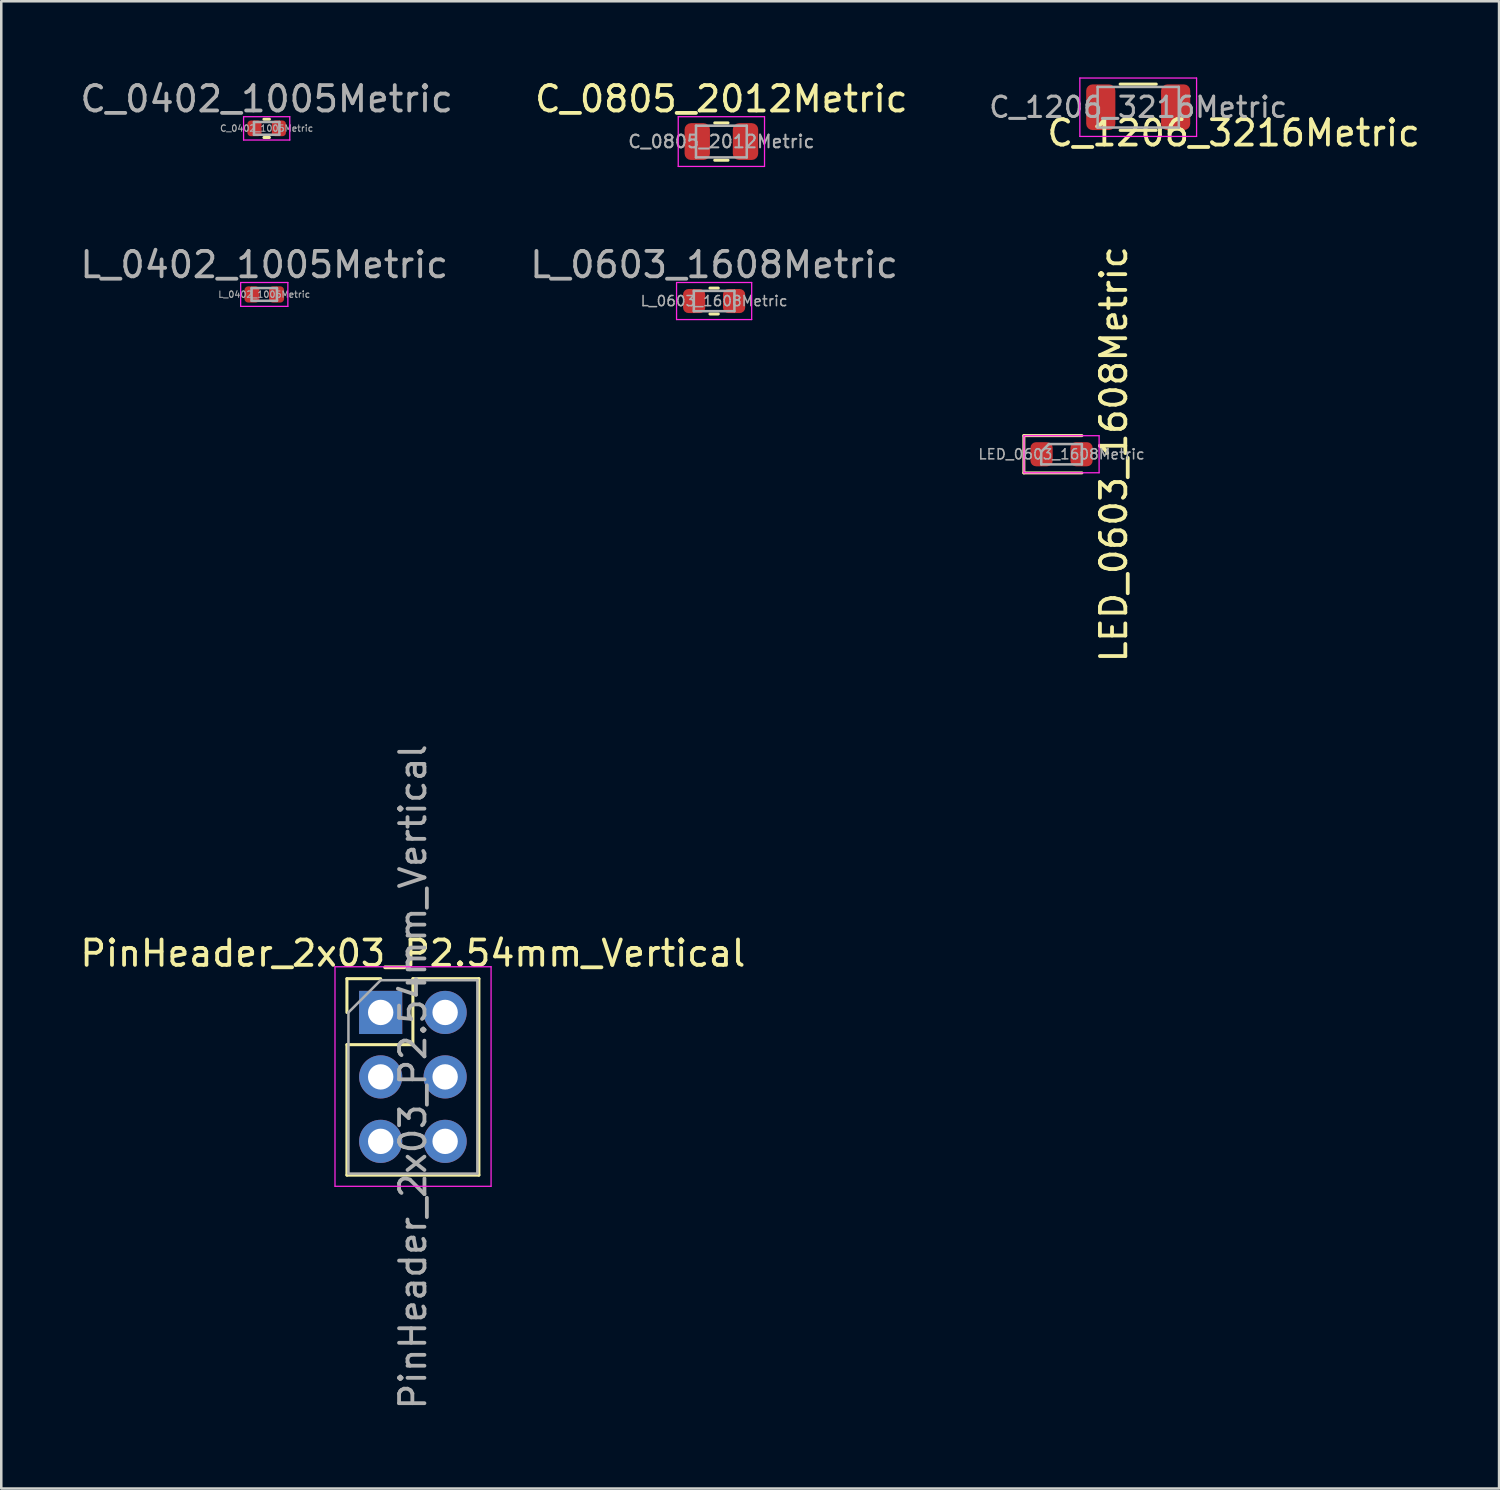
<source format=kicad_pcb>
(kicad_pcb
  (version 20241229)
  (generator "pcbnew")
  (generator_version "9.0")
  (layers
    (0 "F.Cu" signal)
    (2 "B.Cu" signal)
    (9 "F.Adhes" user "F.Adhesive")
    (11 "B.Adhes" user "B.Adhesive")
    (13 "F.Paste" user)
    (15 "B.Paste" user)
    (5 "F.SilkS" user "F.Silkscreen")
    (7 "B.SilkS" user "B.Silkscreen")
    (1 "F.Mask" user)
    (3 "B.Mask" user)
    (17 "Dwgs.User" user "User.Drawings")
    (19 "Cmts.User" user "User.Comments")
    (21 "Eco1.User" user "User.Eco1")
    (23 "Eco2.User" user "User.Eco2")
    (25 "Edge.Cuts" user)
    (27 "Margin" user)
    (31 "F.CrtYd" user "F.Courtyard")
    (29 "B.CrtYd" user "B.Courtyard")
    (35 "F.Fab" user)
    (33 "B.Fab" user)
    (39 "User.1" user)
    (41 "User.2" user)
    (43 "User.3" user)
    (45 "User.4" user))
  (footprint "C_0402_1005Metric"
    (layer "F.Cu")
    (at 7.458 2.008)
    (property "Reference" "C_0402_1005Metric" (at 0 -1.16 0) (layer "F.Fab") (effects (font (size 1 1) (thickness 0.15))))
    (attr smd)
    (fp_line (start -0.108 -0.36) (end 0.108 -0.36) (stroke (width 0.12) (type solid)) (layer "F.SilkS"))
    (fp_line (start -0.108 0.36) (end 0.108 0.36) (stroke (width 0.12) (type solid)) (layer "F.SilkS"))
    (fp_line (start -0.91 -0.46) (end 0.91 -0.46) (stroke (width 0.05) (type solid)) (layer "F.CrtYd"))
    (fp_line (start -0.91 0.46) (end -0.91 -0.46) (stroke (width 0.05) (type solid)) (layer "F.CrtYd"))
    (fp_line (start 0.91 -0.46) (end 0.91 0.46) (stroke (width 0.05) (type solid)) (layer "F.CrtYd"))
    (fp_line (start 0.91 0.46) (end -0.91 0.46) (stroke (width 0.05) (type solid)) (layer "F.CrtYd"))
    (fp_line (start -0.5 -0.25) (end 0.5 -0.25) (stroke (width 0.1) (type solid)) (layer "F.Fab"))
    (fp_line (start -0.5 0.25) (end -0.5 -0.25) (stroke (width 0.1) (type solid)) (layer "F.Fab"))
    (fp_line (start 0.5 -0.25) (end 0.5 0.25) (stroke (width 0.1) (type solid)) (layer "F.Fab"))
    (fp_line (start 0.5 0.25) (end -0.5 0.25) (stroke (width 0.1) (type solid)) (layer "F.Fab"))
    (fp_text user "${REFERENCE}" (at 0 0 0) (layer "F.Fab") (effects (font (size 0.25 0.25) (thickness 0.04))))
    (pad "1" smd roundrect (at -0.48 0) (size 0.56 0.62) (layers "F.Cu" "F.Mask" "F.Paste") (roundrect_rratio 0.25))
    (pad "2" smd roundrect (at 0.48 0) (size 0.56 0.62) (layers "F.Cu" "F.Mask" "F.Paste") (roundrect_rratio 0.25)))
  (footprint "LED_0603_1608Metric"
    (layer "F.Cu")
    (at 38.779 14.849)
    (property "Reference" "LED_0603_1608Metric" (at 2.058 0 90) (layer "F.SilkS") (effects (font (size 1 1) (thickness 0.15))))
    (attr smd)
    (fp_line (start -1.485 -0.735) (end -1.485 0.735) (stroke (width 0.12) (type solid)) (layer "F.SilkS"))
    (fp_line (start -1.485 0.735) (end 0.8 0.735) (stroke (width 0.12) (type solid)) (layer "F.SilkS"))
    (fp_line (start 0.8 -0.735) (end -1.485 -0.735) (stroke (width 0.12) (type solid)) (layer "F.SilkS"))
    (fp_line (start -1.48 -0.73) (end 1.48 -0.73) (stroke (width 0.05) (type solid)) (layer "F.CrtYd"))
    (fp_line (start -1.48 0.73) (end -1.48 -0.73) (stroke (width 0.05) (type solid)) (layer "F.CrtYd"))
    (fp_line (start 1.48 -0.73) (end 1.48 0.73) (stroke (width 0.05) (type solid)) (layer "F.CrtYd"))
    (fp_line (start 1.48 0.73) (end -1.48 0.73) (stroke (width 0.05) (type solid)) (layer "F.CrtYd"))
    (fp_line (start -0.8 -0.1) (end -0.8 0.4) (stroke (width 0.1) (type solid)) (layer "F.Fab"))
    (fp_line (start -0.8 0.4) (end 0.8 0.4) (stroke (width 0.1) (type solid)) (layer "F.Fab"))
    (fp_line (start -0.5 -0.4) (end -0.8 -0.1) (stroke (width 0.1) (type solid)) (layer "F.Fab"))
    (fp_line (start 0.8 -0.4) (end -0.5 -0.4) (stroke (width 0.1) (type solid)) (layer "F.Fab"))
    (fp_line (start 0.8 0.4) (end 0.8 -0.4) (stroke (width 0.1) (type solid)) (layer "F.Fab"))
    (fp_text user "${REFERENCE}" (at 0 0 0) (layer "F.Fab") (effects (font (size 0.4 0.4) (thickness 0.06))))
    (pad "1" smd roundrect (at -0.787 0) (size 0.875 0.95) (layers "F.Cu" "F.Mask" "F.Paste") (roundrect_rratio 0.25))
    (pad "2" smd roundrect (at 0.787 0) (size 0.875 0.95) (layers "F.Cu" "F.Mask" "F.Paste") (roundrect_rratio 0.25)))
  (footprint "L_0402_1005Metric"
    (layer "F.Cu")
    (at 7.363 8.552)
    (property "Reference" "L_0402_1005Metric" (at 0 -1.17 180) (layer "F.Fab") (effects (font (size 1 1) (thickness 0.15))))
    (attr smd)
    (fp_line (start -0.93 -0.47) (end 0.93 -0.47) (stroke (width 0.05) (type solid)) (layer "F.CrtYd"))
    (fp_line (start -0.93 0.47) (end -0.93 -0.47) (stroke (width 0.05) (type solid)) (layer "F.CrtYd"))
    (fp_line (start 0.93 -0.47) (end 0.93 0.47) (stroke (width 0.05) (type solid)) (layer "F.CrtYd"))
    (fp_line (start 0.93 0.47) (end -0.93 0.47) (stroke (width 0.05) (type solid)) (layer "F.CrtYd"))
    (fp_line (start -0.5 -0.25) (end 0.5 -0.25) (stroke (width 0.1) (type solid)) (layer "F.Fab"))
    (fp_line (start -0.5 0.25) (end -0.5 -0.25) (stroke (width 0.1) (type solid)) (layer "F.Fab"))
    (fp_line (start 0.5 -0.25) (end 0.5 0.25) (stroke (width 0.1) (type solid)) (layer "F.Fab"))
    (fp_line (start 0.5 0.25) (end -0.5 0.25) (stroke (width 0.1) (type solid)) (layer "F.Fab"))
    (fp_text user "${REFERENCE}" (at 0 0 180) (layer "F.Fab") (effects (font (size 0.25 0.25) (thickness 0.04))))
    (pad "1" smd roundrect (at -0.485 0) (size 0.59 0.64) (layers "F.Cu" "F.Mask" "F.Paste") (roundrect_rratio 0.25))
    (pad "2" smd roundrect (at 0.485 0) (size 0.59 0.64) (layers "F.Cu" "F.Mask" "F.Paste") (roundrect_rratio 0.25)))
  (footprint "C_1206_3216Metric"
    (layer "F.Cu")
    (at 41.8 1.175)
    (property "Reference" "C_1206_3216Metric" (at 3.761 1.016 0) (layer "F.SilkS") (effects (font (size 1 1) (thickness 0.15))))
    (attr smd)
    (fp_line (start -0.711 -0.91) (end 0.711 -0.91) (stroke (width 0.12) (type solid)) (layer "F.SilkS"))
    (fp_line (start -0.711 0.91) (end 0.711 0.91) (stroke (width 0.12) (type solid)) (layer "F.SilkS"))
    (fp_line (start -2.3 -1.15) (end 2.3 -1.15) (stroke (width 0.05) (type solid)) (layer "F.CrtYd"))
    (fp_line (start -2.3 1.15) (end -2.3 -1.15) (stroke (width 0.05) (type solid)) (layer "F.CrtYd"))
    (fp_line (start 2.3 -1.15) (end 2.3 1.15) (stroke (width 0.05) (type solid)) (layer "F.CrtYd"))
    (fp_line (start 2.3 1.15) (end -2.3 1.15) (stroke (width 0.05) (type solid)) (layer "F.CrtYd"))
    (fp_line (start -1.6 -0.8) (end 1.6 -0.8) (stroke (width 0.1) (type solid)) (layer "F.Fab"))
    (fp_line (start -1.6 0.8) (end -1.6 -0.8) (stroke (width 0.1) (type solid)) (layer "F.Fab"))
    (fp_line (start 1.6 -0.8) (end 1.6 0.8) (stroke (width 0.1) (type solid)) (layer "F.Fab"))
    (fp_line (start 1.6 0.8) (end -1.6 0.8) (stroke (width 0.1) (type solid)) (layer "F.Fab"))
    (fp_text user "${REFERENCE}" (at 0 0 0) (layer "F.Fab") (effects (font (size 0.8 0.8) (thickness 0.12))))
    (pad "1" smd roundrect (at -1.475 0) (size 1.15 1.8) (layers "F.Cu" "F.Mask" "F.Paste") (roundrect_rratio 0.217))
    (pad "2" smd roundrect (at 1.475 0) (size 1.15 1.8) (layers "F.Cu" "F.Mask" "F.Paste") (roundrect_rratio 0.217)))
  (footprint "C_0805_2012Metric"
    (layer "F.Cu")
    (at 25.375 2.528)
    (property "Reference" "C_0805_2012Metric" (at 0 -1.68 180) (layer "F.SilkS") (effects (font (size 1 1) (thickness 0.15))))
    (attr smd)
    (fp_line (start -0.261 -0.735) (end 0.261 -0.735) (stroke (width 0.12) (type solid)) (layer "F.SilkS"))
    (fp_line (start -0.261 0.735) (end 0.261 0.735) (stroke (width 0.12) (type solid)) (layer "F.SilkS"))
    (fp_line (start -1.7 -0.98) (end 1.7 -0.98) (stroke (width 0.05) (type solid)) (layer "F.CrtYd"))
    (fp_line (start -1.7 0.98) (end -1.7 -0.98) (stroke (width 0.05) (type solid)) (layer "F.CrtYd"))
    (fp_line (start 1.7 -0.98) (end 1.7 0.98) (stroke (width 0.05) (type solid)) (layer "F.CrtYd"))
    (fp_line (start 1.7 0.98) (end -1.7 0.98) (stroke (width 0.05) (type solid)) (layer "F.CrtYd"))
    (fp_line (start -1 -0.625) (end 1 -0.625) (stroke (width 0.1) (type solid)) (layer "F.Fab"))
    (fp_line (start -1 0.625) (end -1 -0.625) (stroke (width 0.1) (type solid)) (layer "F.Fab"))
    (fp_line (start 1 -0.625) (end 1 0.625) (stroke (width 0.1) (type solid)) (layer "F.Fab"))
    (fp_line (start 1 0.625) (end -1 0.625) (stroke (width 0.1) (type solid)) (layer "F.Fab"))
    (fp_text user "${REFERENCE}" (at 0 0 180) (layer "F.Fab") (effects (font (size 0.5 0.5) (thickness 0.08))))
    (pad "1" smd roundrect (at -0.95 0) (size 1 1.45) (layers "F.Cu" "F.Mask" "F.Paste") (roundrect_rratio 0.25))
    (pad "2" smd roundrect (at 0.95 0) (size 1 1.45) (layers "F.Cu" "F.Mask" "F.Paste") (roundrect_rratio 0.25)))
  (footprint "L_0603_1608Metric"
    (layer "F.Cu")
    (at 25.089 8.812)
    (property "Reference" "L_0603_1608Metric" (at 0 -1.43 0) (layer "F.Fab") (effects (font (size 1 1) (thickness 0.15))))
    (attr smd)
    (fp_line (start -0.163 -0.51) (end 0.163 -0.51) (stroke (width 0.12) (type solid)) (layer "F.SilkS"))
    (fp_line (start -0.163 0.51) (end 0.163 0.51) (stroke (width 0.12) (type solid)) (layer "F.SilkS"))
    (fp_line (start -1.48 -0.73) (end 1.48 -0.73) (stroke (width 0.05) (type solid)) (layer "F.CrtYd"))
    (fp_line (start -1.48 0.73) (end -1.48 -0.73) (stroke (width 0.05) (type solid)) (layer "F.CrtYd"))
    (fp_line (start 1.48 -0.73) (end 1.48 0.73) (stroke (width 0.05) (type solid)) (layer "F.CrtYd"))
    (fp_line (start 1.48 0.73) (end -1.48 0.73) (stroke (width 0.05) (type solid)) (layer "F.CrtYd"))
    (fp_line (start -0.8 -0.4) (end 0.8 -0.4) (stroke (width 0.1) (type solid)) (layer "F.Fab"))
    (fp_line (start -0.8 0.4) (end -0.8 -0.4) (stroke (width 0.1) (type solid)) (layer "F.Fab"))
    (fp_line (start 0.8 -0.4) (end 0.8 0.4) (stroke (width 0.1) (type solid)) (layer "F.Fab"))
    (fp_line (start 0.8 0.4) (end -0.8 0.4) (stroke (width 0.1) (type solid)) (layer "F.Fab"))
    (fp_text user "${REFERENCE}" (at 0 0 0) (layer "F.Fab") (effects (font (size 0.4 0.4) (thickness 0.06))))
    (pad "1" smd roundrect (at -0.787 0) (size 0.875 0.95) (layers "F.Cu" "F.Mask" "F.Paste") (roundrect_rratio 0.25))
    (pad "2" smd roundrect (at 0.787 0) (size 0.875 0.95) (layers "F.Cu" "F.Mask" "F.Paste") (roundrect_rratio 0.25)))
  (footprint "PinHeader_2x03_P2.54mm_Vertical"
    (layer "F.Cu")
    (at 11.95 36.844)
    (property "Reference" "PinHeader_2x03_P2.54mm_Vertical" (at 1.27 -2.33 180) (layer "F.SilkS") (effects (font (size 1 1) (thickness 0.15))))
    (attr through_hole)
    (fp_line (start -1.33 -1.33) (end 0 -1.33) (stroke (width 0.12) (type solid)) (layer "F.SilkS"))
    (fp_line (start -1.33 0) (end -1.33 -1.33) (stroke (width 0.12) (type solid)) (layer "F.SilkS"))
    (fp_line (start -1.33 1.27) (end -1.33 6.41) (stroke (width 0.12) (type solid)) (layer "F.SilkS"))
    (fp_line (start -1.33 1.27) (end 1.27 1.27) (stroke (width 0.12) (type solid)) (layer "F.SilkS"))
    (fp_line (start -1.33 6.41) (end 3.87 6.41) (stroke (width 0.12) (type solid)) (layer "F.SilkS"))
    (fp_line (start 1.27 -1.33) (end 3.87 -1.33) (stroke (width 0.12) (type solid)) (layer "F.SilkS"))
    (fp_line (start 1.27 1.27) (end 1.27 -1.33) (stroke (width 0.12) (type solid)) (layer "F.SilkS"))
    (fp_line (start 3.87 -1.33) (end 3.87 6.41) (stroke (width 0.12) (type solid)) (layer "F.SilkS"))
    (fp_line (start -1.8 -1.8) (end -1.8 6.85) (stroke (width 0.05) (type solid)) (layer "F.CrtYd"))
    (fp_line (start -1.8 6.85) (end 4.35 6.85) (stroke (width 0.05) (type solid)) (layer "F.CrtYd"))
    (fp_line (start 4.35 -1.8) (end -1.8 -1.8) (stroke (width 0.05) (type solid)) (layer "F.CrtYd"))
    (fp_line (start 4.35 6.85) (end 4.35 -1.8) (stroke (width 0.05) (type solid)) (layer "F.CrtYd"))
    (fp_line (start -1.27 0) (end 0 -1.27) (stroke (width 0.1) (type solid)) (layer "F.Fab"))
    (fp_line (start -1.27 6.35) (end -1.27 0) (stroke (width 0.1) (type solid)) (layer "F.Fab"))
    (fp_line (start 0 -1.27) (end 3.81 -1.27) (stroke (width 0.1) (type solid)) (layer "F.Fab"))
    (fp_line (start 3.81 -1.27) (end 3.81 6.35) (stroke (width 0.1) (type solid)) (layer "F.Fab"))
    (fp_line (start 3.81 6.35) (end -1.27 6.35) (stroke (width 0.1) (type solid)) (layer "F.Fab"))
    (fp_text user "${REFERENCE}" (at 1.27 2.54 270) (layer "F.Fab") (effects (font (size 1 1) (thickness 0.15))))
    (pad "1" thru_hole rect (at 0 0) (size 1.7 1.7) (drill 1) (layers "*.Cu" "*.Mask"))
    (pad "2" thru_hole oval (at 2.54 0) (size 1.7 1.7) (drill 1) (layers "*.Cu" "*.Mask"))
    (pad "3" thru_hole oval (at 0 2.54) (size 1.7 1.7) (drill 1) (layers "*.Cu" "*.Mask"))
    (pad "4" thru_hole oval (at 2.54 2.54) (size 1.7 1.7) (drill 1) (layers "*.Cu" "*.Mask"))
    (pad "5" thru_hole oval (at 0 5.08) (size 1.7 1.7) (drill 1) (layers "*.Cu" "*.Mask"))
    (pad "6" thru_hole oval (at 2.54 5.08) (size 1.7 1.7) (drill 1) (layers "*.Cu" "*.Mask")))
  (gr_rect
    (start -3 -3)
    (end 56.019 55.605)
    (stroke (width 0.1) (type default))
    (fill no)
    (layer "Edge.Cuts")))
</source>
